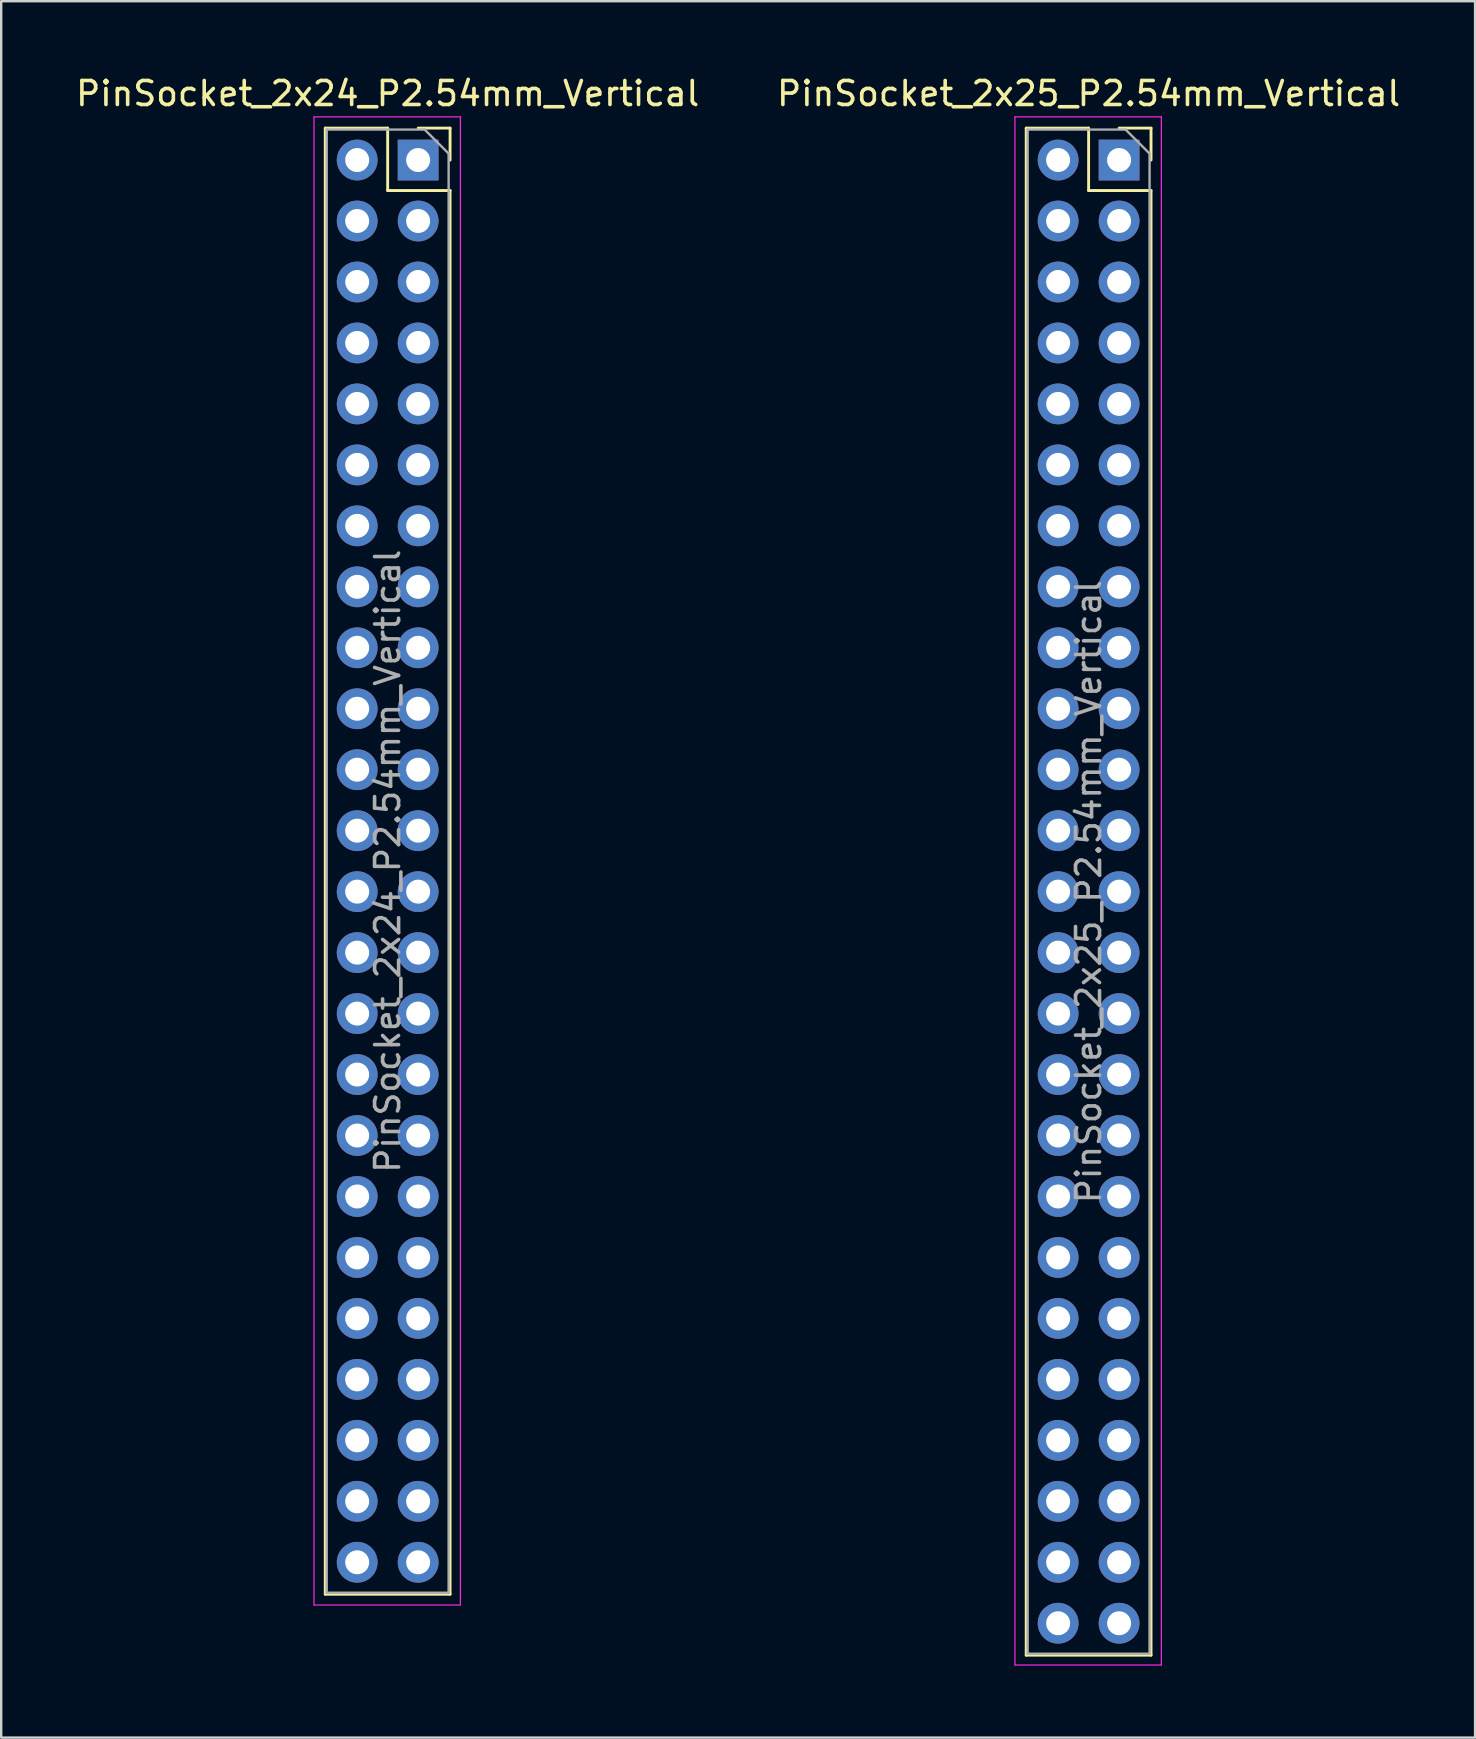
<source format=kicad_pcb>
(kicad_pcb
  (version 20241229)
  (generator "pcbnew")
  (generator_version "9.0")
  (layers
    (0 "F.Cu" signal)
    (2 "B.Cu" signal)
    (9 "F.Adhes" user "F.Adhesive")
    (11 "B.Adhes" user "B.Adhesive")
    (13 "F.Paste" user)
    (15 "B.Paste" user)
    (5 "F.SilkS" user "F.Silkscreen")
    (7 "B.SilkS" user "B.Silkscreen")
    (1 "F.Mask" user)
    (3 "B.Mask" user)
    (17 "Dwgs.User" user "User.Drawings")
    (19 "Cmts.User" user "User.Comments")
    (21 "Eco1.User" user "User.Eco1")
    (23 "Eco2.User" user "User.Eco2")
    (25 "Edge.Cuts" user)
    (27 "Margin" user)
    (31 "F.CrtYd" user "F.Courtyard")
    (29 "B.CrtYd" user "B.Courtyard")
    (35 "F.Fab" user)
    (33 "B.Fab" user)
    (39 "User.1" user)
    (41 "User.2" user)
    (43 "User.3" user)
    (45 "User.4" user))
  (footprint "PinSocket_2x24_P2.54mm_Vertical"
    (layer "F.Cu")
    (at 14.371 3.618)
    (property "Reference" "PinSocket_2x24_P2.54mm_Vertical" (at -1.27 -2.77 0) (layer "F.SilkS") (effects (font (size 1 1) (thickness 0.15))))
    (attr through_hole)
    (fp_line (start -3.87 -1.33) (end -3.87 59.75) (stroke (width 0.12) (type solid)) (layer "F.SilkS"))
    (fp_line (start -3.87 -1.33) (end -1.27 -1.33) (stroke (width 0.12) (type solid)) (layer "F.SilkS"))
    (fp_line (start -3.87 59.75) (end 1.33 59.75) (stroke (width 0.12) (type solid)) (layer "F.SilkS"))
    (fp_line (start -1.27 -1.33) (end -1.27 1.27) (stroke (width 0.12) (type solid)) (layer "F.SilkS"))
    (fp_line (start -1.27 1.27) (end 1.33 1.27) (stroke (width 0.12) (type solid)) (layer "F.SilkS"))
    (fp_line (start 0 -1.33) (end 1.33 -1.33) (stroke (width 0.12) (type solid)) (layer "F.SilkS"))
    (fp_line (start 1.33 -1.33) (end 1.33 0) (stroke (width 0.12) (type solid)) (layer "F.SilkS"))
    (fp_line (start 1.33 1.27) (end 1.33 59.75) (stroke (width 0.12) (type solid)) (layer "F.SilkS"))
    (fp_line (start -4.34 -1.8) (end 1.76 -1.8) (stroke (width 0.05) (type solid)) (layer "F.CrtYd"))
    (fp_line (start -4.34 60.2) (end -4.34 -1.8) (stroke (width 0.05) (type solid)) (layer "F.CrtYd"))
    (fp_line (start 1.76 -1.8) (end 1.76 60.2) (stroke (width 0.05) (type solid)) (layer "F.CrtYd"))
    (fp_line (start 1.76 60.2) (end -4.34 60.2) (stroke (width 0.05) (type solid)) (layer "F.CrtYd"))
    (fp_line (start -3.81 -1.27) (end 0.27 -1.27) (stroke (width 0.1) (type solid)) (layer "F.Fab"))
    (fp_line (start -3.81 59.69) (end -3.81 -1.27) (stroke (width 0.1) (type solid)) (layer "F.Fab"))
    (fp_line (start 0.27 -1.27) (end 1.27 -0.27) (stroke (width 0.1) (type solid)) (layer "F.Fab"))
    (fp_line (start 1.27 -0.27) (end 1.27 59.69) (stroke (width 0.1) (type solid)) (layer "F.Fab"))
    (fp_line (start 1.27 59.69) (end -3.81 59.69) (stroke (width 0.1) (type solid)) (layer "F.Fab"))
    (fp_text user "${REFERENCE}" (at -1.27 29.21 90) (layer "F.Fab") (effects (font (size 1 1) (thickness 0.15))))
    (pad "1" thru_hole rect (at 0 0) (size 1.7 1.7) (drill 1) (layers "*.Cu" "*.Mask"))
    (pad "2" thru_hole circle (at -2.54 0) (size 1.7 1.7) (drill 1) (layers "*.Cu" "*.Mask"))
    (pad "3" thru_hole circle (at 0 2.54) (size 1.7 1.7) (drill 1) (layers "*.Cu" "*.Mask"))
    (pad "4" thru_hole circle (at -2.54 2.54) (size 1.7 1.7) (drill 1) (layers "*.Cu" "*.Mask"))
    (pad "5" thru_hole circle (at 0 5.08) (size 1.7 1.7) (drill 1) (layers "*.Cu" "*.Mask"))
    (pad "6" thru_hole circle (at -2.54 5.08) (size 1.7 1.7) (drill 1) (layers "*.Cu" "*.Mask"))
    (pad "7" thru_hole circle (at 0 7.62) (size 1.7 1.7) (drill 1) (layers "*.Cu" "*.Mask"))
    (pad "8" thru_hole circle (at -2.54 7.62) (size 1.7 1.7) (drill 1) (layers "*.Cu" "*.Mask"))
    (pad "9" thru_hole circle (at 0 10.16) (size 1.7 1.7) (drill 1) (layers "*.Cu" "*.Mask"))
    (pad "10" thru_hole circle (at -2.54 10.16) (size 1.7 1.7) (drill 1) (layers "*.Cu" "*.Mask"))
    (pad "11" thru_hole circle (at 0 12.7) (size 1.7 1.7) (drill 1) (layers "*.Cu" "*.Mask"))
    (pad "12" thru_hole circle (at -2.54 12.7) (size 1.7 1.7) (drill 1) (layers "*.Cu" "*.Mask"))
    (pad "13" thru_hole circle (at 0 15.24) (size 1.7 1.7) (drill 1) (layers "*.Cu" "*.Mask"))
    (pad "14" thru_hole circle (at -2.54 15.24) (size 1.7 1.7) (drill 1) (layers "*.Cu" "*.Mask"))
    (pad "15" thru_hole circle (at 0 17.78) (size 1.7 1.7) (drill 1) (layers "*.Cu" "*.Mask"))
    (pad "16" thru_hole circle (at -2.54 17.78) (size 1.7 1.7) (drill 1) (layers "*.Cu" "*.Mask"))
    (pad "17" thru_hole circle (at 0 20.32) (size 1.7 1.7) (drill 1) (layers "*.Cu" "*.Mask"))
    (pad "18" thru_hole circle (at -2.54 20.32) (size 1.7 1.7) (drill 1) (layers "*.Cu" "*.Mask"))
    (pad "19" thru_hole circle (at 0 22.86) (size 1.7 1.7) (drill 1) (layers "*.Cu" "*.Mask"))
    (pad "20" thru_hole circle (at -2.54 22.86) (size 1.7 1.7) (drill 1) (layers "*.Cu" "*.Mask"))
    (pad "21" thru_hole circle (at 0 25.4) (size 1.7 1.7) (drill 1) (layers "*.Cu" "*.Mask"))
    (pad "22" thru_hole circle (at -2.54 25.4) (size 1.7 1.7) (drill 1) (layers "*.Cu" "*.Mask"))
    (pad "23" thru_hole circle (at 0 27.94) (size 1.7 1.7) (drill 1) (layers "*.Cu" "*.Mask"))
    (pad "24" thru_hole circle (at -2.54 27.94) (size 1.7 1.7) (drill 1) (layers "*.Cu" "*.Mask"))
    (pad "25" thru_hole circle (at 0 30.48) (size 1.7 1.7) (drill 1) (layers "*.Cu" "*.Mask"))
    (pad "26" thru_hole circle (at -2.54 30.48) (size 1.7 1.7) (drill 1) (layers "*.Cu" "*.Mask"))
    (pad "27" thru_hole circle (at 0 33.02) (size 1.7 1.7) (drill 1) (layers "*.Cu" "*.Mask"))
    (pad "28" thru_hole circle (at -2.54 33.02) (size 1.7 1.7) (drill 1) (layers "*.Cu" "*.Mask"))
    (pad "29" thru_hole circle (at 0 35.56) (size 1.7 1.7) (drill 1) (layers "*.Cu" "*.Mask"))
    (pad "30" thru_hole circle (at -2.54 35.56) (size 1.7 1.7) (drill 1) (layers "*.Cu" "*.Mask"))
    (pad "31" thru_hole circle (at 0 38.1) (size 1.7 1.7) (drill 1) (layers "*.Cu" "*.Mask"))
    (pad "32" thru_hole circle (at -2.54 38.1) (size 1.7 1.7) (drill 1) (layers "*.Cu" "*.Mask"))
    (pad "33" thru_hole circle (at 0 40.64) (size 1.7 1.7) (drill 1) (layers "*.Cu" "*.Mask"))
    (pad "34" thru_hole circle (at -2.54 40.64) (size 1.7 1.7) (drill 1) (layers "*.Cu" "*.Mask"))
    (pad "35" thru_hole circle (at 0 43.18) (size 1.7 1.7) (drill 1) (layers "*.Cu" "*.Mask"))
    (pad "36" thru_hole circle (at -2.54 43.18) (size 1.7 1.7) (drill 1) (layers "*.Cu" "*.Mask"))
    (pad "37" thru_hole circle (at 0 45.72) (size 1.7 1.7) (drill 1) (layers "*.Cu" "*.Mask"))
    (pad "38" thru_hole circle (at -2.54 45.72) (size 1.7 1.7) (drill 1) (layers "*.Cu" "*.Mask"))
    (pad "39" thru_hole circle (at 0 48.26) (size 1.7 1.7) (drill 1) (layers "*.Cu" "*.Mask"))
    (pad "40" thru_hole circle (at -2.54 48.26) (size 1.7 1.7) (drill 1) (layers "*.Cu" "*.Mask"))
    (pad "41" thru_hole circle (at 0 50.8) (size 1.7 1.7) (drill 1) (layers "*.Cu" "*.Mask"))
    (pad "42" thru_hole circle (at -2.54 50.8) (size 1.7 1.7) (drill 1) (layers "*.Cu" "*.Mask"))
    (pad "43" thru_hole circle (at 0 53.34) (size 1.7 1.7) (drill 1) (layers "*.Cu" "*.Mask"))
    (pad "44" thru_hole circle (at -2.54 53.34) (size 1.7 1.7) (drill 1) (layers "*.Cu" "*.Mask"))
    (pad "45" thru_hole circle (at 0 55.88) (size 1.7 1.7) (drill 1) (layers "*.Cu" "*.Mask"))
    (pad "46" thru_hole circle (at -2.54 55.88) (size 1.7 1.7) (drill 1) (layers "*.Cu" "*.Mask"))
    (pad "47" thru_hole circle (at 0 58.42) (size 1.7 1.7) (drill 1) (layers "*.Cu" "*.Mask"))
    (pad "48" thru_hole circle (at -2.54 58.42) (size 1.7 1.7) (drill 1) (layers "*.Cu" "*.Mask")))
  (footprint "PinSocket_2x25_P2.54mm_Vertical"
    (layer "F.Cu")
    (at 43.574 3.618)
    (property "Reference" "PinSocket_2x25_P2.54mm_Vertical" (at -1.27 -2.77 0) (layer "F.SilkS") (effects (font (size 1 1) (thickness 0.15))))
    (attr through_hole)
    (fp_line (start -3.87 -1.33) (end -3.87 62.29) (stroke (width 0.12) (type solid)) (layer "F.SilkS"))
    (fp_line (start -3.87 -1.33) (end -1.27 -1.33) (stroke (width 0.12) (type solid)) (layer "F.SilkS"))
    (fp_line (start -3.87 62.29) (end 1.33 62.29) (stroke (width 0.12) (type solid)) (layer "F.SilkS"))
    (fp_line (start -1.27 -1.33) (end -1.27 1.27) (stroke (width 0.12) (type solid)) (layer "F.SilkS"))
    (fp_line (start -1.27 1.27) (end 1.33 1.27) (stroke (width 0.12) (type solid)) (layer "F.SilkS"))
    (fp_line (start 0 -1.33) (end 1.33 -1.33) (stroke (width 0.12) (type solid)) (layer "F.SilkS"))
    (fp_line (start 1.33 -1.33) (end 1.33 0) (stroke (width 0.12) (type solid)) (layer "F.SilkS"))
    (fp_line (start 1.33 1.27) (end 1.33 62.29) (stroke (width 0.12) (type solid)) (layer "F.SilkS"))
    (fp_line (start -4.34 -1.8) (end 1.76 -1.8) (stroke (width 0.05) (type solid)) (layer "F.CrtYd"))
    (fp_line (start -4.34 62.7) (end -4.34 -1.8) (stroke (width 0.05) (type solid)) (layer "F.CrtYd"))
    (fp_line (start 1.76 -1.8) (end 1.76 62.7) (stroke (width 0.05) (type solid)) (layer "F.CrtYd"))
    (fp_line (start 1.76 62.7) (end -4.34 62.7) (stroke (width 0.05) (type solid)) (layer "F.CrtYd"))
    (fp_line (start -3.81 -1.27) (end 0.27 -1.27) (stroke (width 0.1) (type solid)) (layer "F.Fab"))
    (fp_line (start -3.81 62.23) (end -3.81 -1.27) (stroke (width 0.1) (type solid)) (layer "F.Fab"))
    (fp_line (start 0.27 -1.27) (end 1.27 -0.27) (stroke (width 0.1) (type solid)) (layer "F.Fab"))
    (fp_line (start 1.27 -0.27) (end 1.27 62.23) (stroke (width 0.1) (type solid)) (layer "F.Fab"))
    (fp_line (start 1.27 62.23) (end -3.81 62.23) (stroke (width 0.1) (type solid)) (layer "F.Fab"))
    (fp_text user "${REFERENCE}" (at -1.27 30.48 90) (layer "F.Fab") (effects (font (size 1 1) (thickness 0.15))))
    (pad "1" thru_hole rect (at 0 0) (size 1.7 1.7) (drill 1) (layers "*.Cu" "*.Mask"))
    (pad "2" thru_hole circle (at -2.54 0) (size 1.7 1.7) (drill 1) (layers "*.Cu" "*.Mask"))
    (pad "3" thru_hole circle (at 0 2.54) (size 1.7 1.7) (drill 1) (layers "*.Cu" "*.Mask"))
    (pad "4" thru_hole circle (at -2.54 2.54) (size 1.7 1.7) (drill 1) (layers "*.Cu" "*.Mask"))
    (pad "5" thru_hole circle (at 0 5.08) (size 1.7 1.7) (drill 1) (layers "*.Cu" "*.Mask"))
    (pad "6" thru_hole circle (at -2.54 5.08) (size 1.7 1.7) (drill 1) (layers "*.Cu" "*.Mask"))
    (pad "7" thru_hole circle (at 0 7.62) (size 1.7 1.7) (drill 1) (layers "*.Cu" "*.Mask"))
    (pad "8" thru_hole circle (at -2.54 7.62) (size 1.7 1.7) (drill 1) (layers "*.Cu" "*.Mask"))
    (pad "9" thru_hole circle (at 0 10.16) (size 1.7 1.7) (drill 1) (layers "*.Cu" "*.Mask"))
    (pad "10" thru_hole circle (at -2.54 10.16) (size 1.7 1.7) (drill 1) (layers "*.Cu" "*.Mask"))
    (pad "11" thru_hole circle (at 0 12.7) (size 1.7 1.7) (drill 1) (layers "*.Cu" "*.Mask"))
    (pad "12" thru_hole circle (at -2.54 12.7) (size 1.7 1.7) (drill 1) (layers "*.Cu" "*.Mask"))
    (pad "13" thru_hole circle (at 0 15.24) (size 1.7 1.7) (drill 1) (layers "*.Cu" "*.Mask"))
    (pad "14" thru_hole circle (at -2.54 15.24) (size 1.7 1.7) (drill 1) (layers "*.Cu" "*.Mask"))
    (pad "15" thru_hole circle (at 0 17.78) (size 1.7 1.7) (drill 1) (layers "*.Cu" "*.Mask"))
    (pad "16" thru_hole circle (at -2.54 17.78) (size 1.7 1.7) (drill 1) (layers "*.Cu" "*.Mask"))
    (pad "17" thru_hole circle (at 0 20.32) (size 1.7 1.7) (drill 1) (layers "*.Cu" "*.Mask"))
    (pad "18" thru_hole circle (at -2.54 20.32) (size 1.7 1.7) (drill 1) (layers "*.Cu" "*.Mask"))
    (pad "19" thru_hole circle (at 0 22.86) (size 1.7 1.7) (drill 1) (layers "*.Cu" "*.Mask"))
    (pad "20" thru_hole circle (at -2.54 22.86) (size 1.7 1.7) (drill 1) (layers "*.Cu" "*.Mask"))
    (pad "21" thru_hole circle (at 0 25.4) (size 1.7 1.7) (drill 1) (layers "*.Cu" "*.Mask"))
    (pad "22" thru_hole circle (at -2.54 25.4) (size 1.7 1.7) (drill 1) (layers "*.Cu" "*.Mask"))
    (pad "23" thru_hole circle (at 0 27.94) (size 1.7 1.7) (drill 1) (layers "*.Cu" "*.Mask"))
    (pad "24" thru_hole circle (at -2.54 27.94) (size 1.7 1.7) (drill 1) (layers "*.Cu" "*.Mask"))
    (pad "25" thru_hole circle (at 0 30.48) (size 1.7 1.7) (drill 1) (layers "*.Cu" "*.Mask"))
    (pad "26" thru_hole circle (at -2.54 30.48) (size 1.7 1.7) (drill 1) (layers "*.Cu" "*.Mask"))
    (pad "27" thru_hole circle (at 0 33.02) (size 1.7 1.7) (drill 1) (layers "*.Cu" "*.Mask"))
    (pad "28" thru_hole circle (at -2.54 33.02) (size 1.7 1.7) (drill 1) (layers "*.Cu" "*.Mask"))
    (pad "29" thru_hole circle (at 0 35.56) (size 1.7 1.7) (drill 1) (layers "*.Cu" "*.Mask"))
    (pad "30" thru_hole circle (at -2.54 35.56) (size 1.7 1.7) (drill 1) (layers "*.Cu" "*.Mask"))
    (pad "31" thru_hole circle (at 0 38.1) (size 1.7 1.7) (drill 1) (layers "*.Cu" "*.Mask"))
    (pad "32" thru_hole circle (at -2.54 38.1) (size 1.7 1.7) (drill 1) (layers "*.Cu" "*.Mask"))
    (pad "33" thru_hole circle (at 0 40.64) (size 1.7 1.7) (drill 1) (layers "*.Cu" "*.Mask"))
    (pad "34" thru_hole circle (at -2.54 40.64) (size 1.7 1.7) (drill 1) (layers "*.Cu" "*.Mask"))
    (pad "35" thru_hole circle (at 0 43.18) (size 1.7 1.7) (drill 1) (layers "*.Cu" "*.Mask"))
    (pad "36" thru_hole circle (at -2.54 43.18) (size 1.7 1.7) (drill 1) (layers "*.Cu" "*.Mask"))
    (pad "37" thru_hole circle (at 0 45.72) (size 1.7 1.7) (drill 1) (layers "*.Cu" "*.Mask"))
    (pad "38" thru_hole circle (at -2.54 45.72) (size 1.7 1.7) (drill 1) (layers "*.Cu" "*.Mask"))
    (pad "39" thru_hole circle (at 0 48.26) (size 1.7 1.7) (drill 1) (layers "*.Cu" "*.Mask"))
    (pad "40" thru_hole circle (at -2.54 48.26) (size 1.7 1.7) (drill 1) (layers "*.Cu" "*.Mask"))
    (pad "41" thru_hole circle (at 0 50.8) (size 1.7 1.7) (drill 1) (layers "*.Cu" "*.Mask"))
    (pad "42" thru_hole circle (at -2.54 50.8) (size 1.7 1.7) (drill 1) (layers "*.Cu" "*.Mask"))
    (pad "43" thru_hole circle (at 0 53.34) (size 1.7 1.7) (drill 1) (layers "*.Cu" "*.Mask"))
    (pad "44" thru_hole circle (at -2.54 53.34) (size 1.7 1.7) (drill 1) (layers "*.Cu" "*.Mask"))
    (pad "45" thru_hole circle (at 0 55.88) (size 1.7 1.7) (drill 1) (layers "*.Cu" "*.Mask"))
    (pad "46" thru_hole circle (at -2.54 55.88) (size 1.7 1.7) (drill 1) (layers "*.Cu" "*.Mask"))
    (pad "47" thru_hole circle (at 0 58.42) (size 1.7 1.7) (drill 1) (layers "*.Cu" "*.Mask"))
    (pad "48" thru_hole circle (at -2.54 58.42) (size 1.7 1.7) (drill 1) (layers "*.Cu" "*.Mask"))
    (pad "49" thru_hole circle (at 0 60.96) (size 1.7 1.7) (drill 1) (layers "*.Cu" "*.Mask"))
    (pad "50" thru_hole circle (at -2.54 60.96) (size 1.7 1.7) (drill 1) (layers "*.Cu" "*.Mask")))
  (gr_rect
    (start -3 -3)
    (end 58.405 69.343)
    (stroke (width 0.1) (type default))
    (fill no)
    (layer "Edge.Cuts")))
</source>
